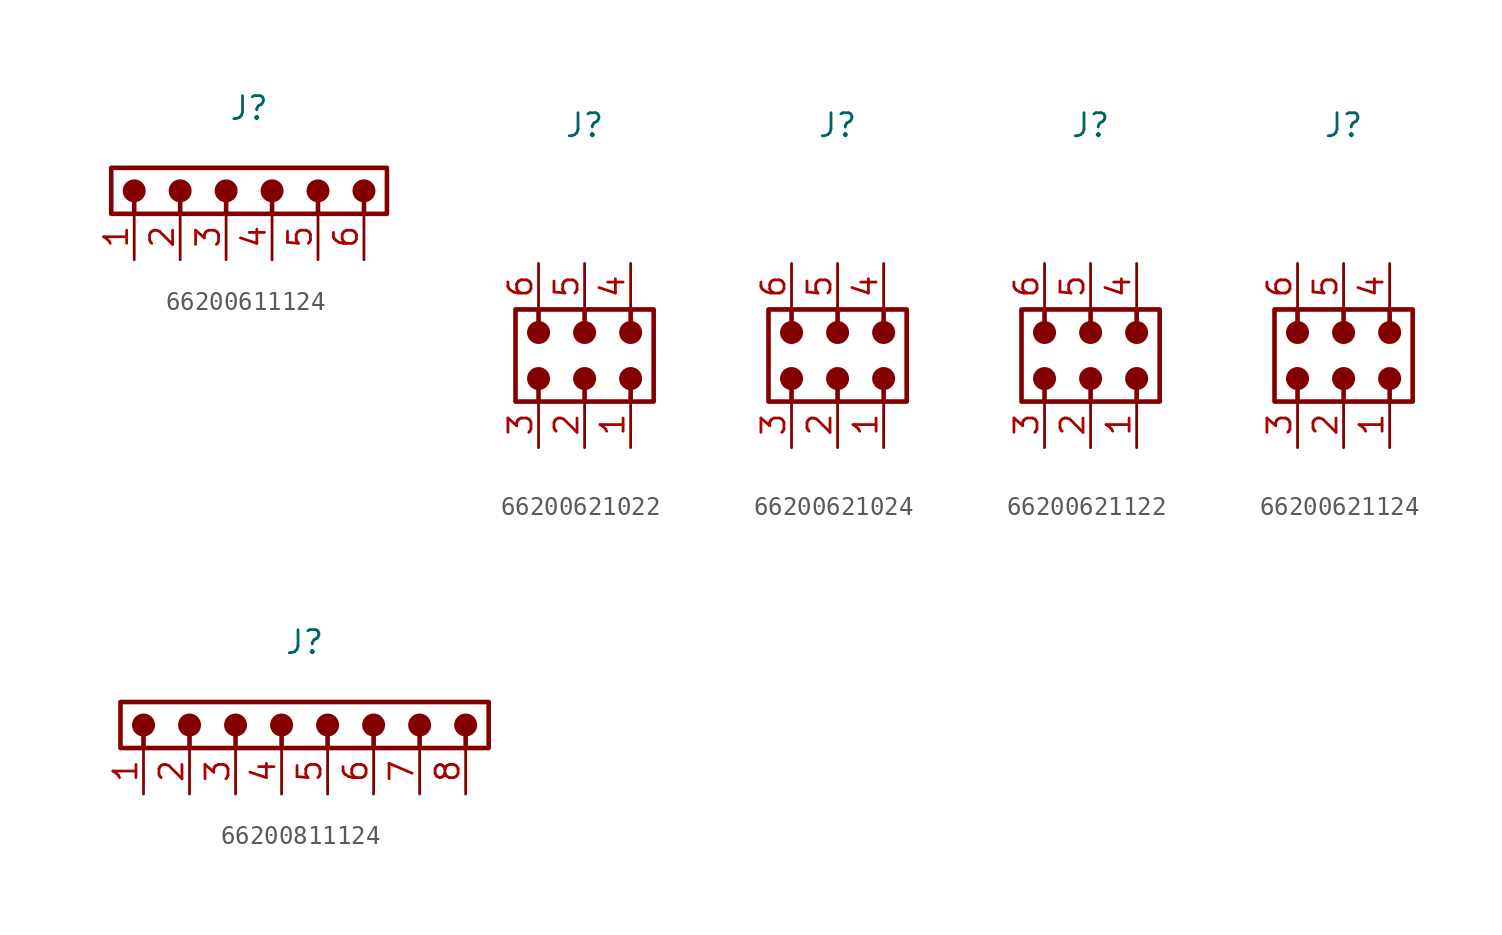
<source format=kicad_sym>
(kicad_symbol_lib
  (version 20241209)
  (generator "kicad_symbol_editor")
  (generator_version "9.0")
  (symbol "66200611124"
    (pin_names
      (hide yes))
    (property "Reference" "J"
      (at 0 4.572 0)
      (effects (font (size 1.27 1.27))))
    (symbol "66200611124_1_1"
      (rectangle (start -7.62 1.27) (end 7.62 -1.27) (stroke (width 0.254) (type solid)) (fill (type none)))
      (circle (center -6.35 0) (radius 0.508) (stroke (width 0.254) (type solid)) (fill (type outline)))
      (polyline (pts (xy -6.35 -0.508) (xy -6.35 -1.27)) (stroke (width 0.254) (type solid)) (fill (type none)))
      (circle (center -3.81 0) (radius 0.508) (stroke (width 0.254) (type solid)) (fill (type outline)))
      (polyline (pts (xy -3.81 -0.508) (xy -3.81 -1.27)) (stroke (width 0.254) (type solid)) (fill (type none)))
      (circle (center -1.27 0) (radius 0.508) (stroke (width 0.254) (type solid)) (fill (type outline)))
      (polyline (pts (xy -1.27 -0.508) (xy -1.27 -1.27)) (stroke (width 0.254) (type solid)) (fill (type none)))
      (circle (center 1.27 0) (radius 0.508) (stroke (width 0.254) (type solid)) (fill (type outline)))
      (polyline (pts (xy 1.27 -0.508) (xy 1.27 -1.27)) (stroke (width 0.254) (type solid)) (fill (type none)))
      (circle (center 3.81 0) (radius 0.508) (stroke (width 0.254) (type solid)) (fill (type outline)))
      (polyline (pts (xy 3.81 -0.508) (xy 3.81 -1.27)) (stroke (width 0.254) (type solid)) (fill (type none)))
      (circle (center 6.35 0) (radius 0.508) (stroke (width 0.254) (type solid)) (fill (type outline)))
      (polyline (pts (xy 6.35 -0.508) (xy 6.35 -1.27)) (stroke (width 0.254) (type solid)) (fill (type none)))
      (pin passive line (at -6.35 -3.81 90) (length 2.54) (name "1" (effects (font (size 1.27 1.27)))) (number "1" (effects (font (size 1.27 1.27)))))
      (pin passive line (at -3.81 -3.81 90) (length 2.54) (name "2" (effects (font (size 1.27 1.27)))) (number "2" (effects (font (size 1.27 1.27)))))
      (pin passive line (at -1.27 -3.81 90) (length 2.54) (name "3" (effects (font (size 1.27 1.27)))) (number "3" (effects (font (size 1.27 1.27)))))
      (pin passive line (at 1.27 -3.81 90) (length 2.54) (name "4" (effects (font (size 1.27 1.27)))) (number "4" (effects (font (size 1.27 1.27)))))
      (pin passive line (at 3.81 -3.81 90) (length 2.54) (name "5" (effects (font (size 1.27 1.27)))) (number "5" (effects (font (size 1.27 1.27)))))
      (pin passive line (at 6.35 -3.81 90) (length 2.54) (name "6" (effects (font (size 1.27 1.27)))) (number "6" (effects (font (size 1.27 1.27)))))))
  (symbol "66200621022"
    (pin_names
      (hide yes))
    (property "Reference" "J"
      (at 0 12.7 0)
      (effects (font (size 1.27 1.27))))
    (symbol "66200621022_1_1"
      (rectangle (start -3.81 2.54) (end 3.81 -2.54) (stroke (width 0.254) (type solid)) (fill (type none)))
      (polyline (pts (xy -2.54 1.778) (xy -2.54 2.54)) (stroke (width 0.254) (type solid)) (fill (type none)))
      (circle (center -2.54 1.27) (radius 0.508) (stroke (width 0.254) (type solid)) (fill (type outline)))
      (circle (center -2.54 -1.27) (radius 0.508) (stroke (width 0.254) (type solid)) (fill (type outline)))
      (polyline (pts (xy -2.54 -1.778) (xy -2.54 -2.54)) (stroke (width 0.254) (type solid)) (fill (type none)))
      (polyline (pts (xy 0 1.778) (xy 0 2.54)) (stroke (width 0.254) (type solid)) (fill (type none)))
      (circle (center 0 1.27) (radius 0.508) (stroke (width 0.254) (type solid)) (fill (type outline)))
      (circle (center 0 -1.27) (radius 0.508) (stroke (width 0.254) (type solid)) (fill (type outline)))
      (polyline (pts (xy 0 -1.778) (xy 0 -2.54)) (stroke (width 0.254) (type solid)) (fill (type none)))
      (polyline (pts (xy 2.54 1.778) (xy 2.54 2.54)) (stroke (width 0.254) (type solid)) (fill (type none)))
      (circle (center 2.54 1.27) (radius 0.508) (stroke (width 0.254) (type solid)) (fill (type outline)))
      (circle (center 2.54 -1.27) (radius 0.508) (stroke (width 0.254) (type solid)) (fill (type outline)))
      (polyline (pts (xy 2.54 -1.778) (xy 2.54 -2.54)) (stroke (width 0.254) (type solid)) (fill (type none)))
      (pin passive line (at -2.54 5.08 270) (length 2.54) (name "6" (effects (font (size 1.27 1.27)))) (number "6" (effects (font (size 1.27 1.27)))))
      (pin passive line (at -2.54 -5.08 90) (length 2.54) (name "3" (effects (font (size 1.27 1.27)))) (number "3" (effects (font (size 1.27 1.27)))))
      (pin passive line (at 0 5.08 270) (length 2.54) (name "5" (effects (font (size 1.27 1.27)))) (number "5" (effects (font (size 1.27 1.27)))))
      (pin passive line (at 0 -5.08 90) (length 2.54) (name "2" (effects (font (size 1.27 1.27)))) (number "2" (effects (font (size 1.27 1.27)))))
      (pin passive line (at 2.54 5.08 270) (length 2.54) (name "4" (effects (font (size 1.27 1.27)))) (number "4" (effects (font (size 1.27 1.27)))))
      (pin passive line (at 2.54 -5.08 90) (length 2.54) (name "1" (effects (font (size 1.27 1.27)))) (number "1" (effects (font (size 1.27 1.27)))))))
  (symbol "66200621024"
    (pin_names
      (hide yes))
    (property "Reference" "J"
      (at 0 12.7 0)
      (effects (font (size 1.27 1.27))))
    (symbol "66200621024_1_1"
      (rectangle (start -3.81 2.54) (end 3.81 -2.54) (stroke (width 0.254) (type solid)) (fill (type none)))
      (polyline (pts (xy -2.54 1.778) (xy -2.54 2.54)) (stroke (width 0.254) (type solid)) (fill (type none)))
      (circle (center -2.54 1.27) (radius 0.508) (stroke (width 0.254) (type solid)) (fill (type outline)))
      (circle (center -2.54 -1.27) (radius 0.508) (stroke (width 0.254) (type solid)) (fill (type outline)))
      (polyline (pts (xy -2.54 -1.778) (xy -2.54 -2.54)) (stroke (width 0.254) (type solid)) (fill (type none)))
      (polyline (pts (xy 0 1.778) (xy 0 2.54)) (stroke (width 0.254) (type solid)) (fill (type none)))
      (circle (center 0 1.27) (radius 0.508) (stroke (width 0.254) (type solid)) (fill (type outline)))
      (circle (center 0 -1.27) (radius 0.508) (stroke (width 0.254) (type solid)) (fill (type outline)))
      (polyline (pts (xy 0 -1.778) (xy 0 -2.54)) (stroke (width 0.254) (type solid)) (fill (type none)))
      (polyline (pts (xy 2.54 1.778) (xy 2.54 2.54)) (stroke (width 0.254) (type solid)) (fill (type none)))
      (circle (center 2.54 1.27) (radius 0.508) (stroke (width 0.254) (type solid)) (fill (type outline)))
      (circle (center 2.54 -1.27) (radius 0.508) (stroke (width 0.254) (type solid)) (fill (type outline)))
      (polyline (pts (xy 2.54 -1.778) (xy 2.54 -2.54)) (stroke (width 0.254) (type solid)) (fill (type none)))
      (pin passive line (at -2.54 5.08 270) (length 2.54) (name "6" (effects (font (size 1.27 1.27)))) (number "6" (effects (font (size 1.27 1.27)))))
      (pin passive line (at -2.54 -5.08 90) (length 2.54) (name "3" (effects (font (size 1.27 1.27)))) (number "3" (effects (font (size 1.27 1.27)))))
      (pin passive line (at 0 5.08 270) (length 2.54) (name "5" (effects (font (size 1.27 1.27)))) (number "5" (effects (font (size 1.27 1.27)))))
      (pin passive line (at 0 -5.08 90) (length 2.54) (name "2" (effects (font (size 1.27 1.27)))) (number "2" (effects (font (size 1.27 1.27)))))
      (pin passive line (at 2.54 5.08 270) (length 2.54) (name "4" (effects (font (size 1.27 1.27)))) (number "4" (effects (font (size 1.27 1.27)))))
      (pin passive line (at 2.54 -5.08 90) (length 2.54) (name "1" (effects (font (size 1.27 1.27)))) (number "1" (effects (font (size 1.27 1.27)))))))
  (symbol "66200621122"
    (pin_names
      (hide yes))
    (property "Reference" "J"
      (at 0 12.7 0)
      (effects (font (size 1.27 1.27))))
    (symbol "66200621122_1_1"
      (rectangle (start -3.81 2.54) (end 3.81 -2.54) (stroke (width 0.254) (type solid)) (fill (type none)))
      (polyline (pts (xy -2.54 1.778) (xy -2.54 2.54)) (stroke (width 0.254) (type solid)) (fill (type none)))
      (circle (center -2.54 1.27) (radius 0.508) (stroke (width 0.254) (type solid)) (fill (type outline)))
      (circle (center -2.54 -1.27) (radius 0.508) (stroke (width 0.254) (type solid)) (fill (type outline)))
      (polyline (pts (xy -2.54 -1.778) (xy -2.54 -2.54)) (stroke (width 0.254) (type solid)) (fill (type none)))
      (polyline (pts (xy 0 1.778) (xy 0 2.54)) (stroke (width 0.254) (type solid)) (fill (type none)))
      (circle (center 0 1.27) (radius 0.508) (stroke (width 0.254) (type solid)) (fill (type outline)))
      (circle (center 0 -1.27) (radius 0.508) (stroke (width 0.254) (type solid)) (fill (type outline)))
      (polyline (pts (xy 0 -1.778) (xy 0 -2.54)) (stroke (width 0.254) (type solid)) (fill (type none)))
      (polyline (pts (xy 2.54 1.778) (xy 2.54 2.54)) (stroke (width 0.254) (type solid)) (fill (type none)))
      (circle (center 2.54 1.27) (radius 0.508) (stroke (width 0.254) (type solid)) (fill (type outline)))
      (circle (center 2.54 -1.27) (radius 0.508) (stroke (width 0.254) (type solid)) (fill (type outline)))
      (polyline (pts (xy 2.54 -1.778) (xy 2.54 -2.54)) (stroke (width 0.254) (type solid)) (fill (type none)))
      (pin passive line (at -2.54 5.08 270) (length 2.54) (name "6" (effects (font (size 1.27 1.27)))) (number "6" (effects (font (size 1.27 1.27)))))
      (pin passive line (at -2.54 -5.08 90) (length 2.54) (name "3" (effects (font (size 1.27 1.27)))) (number "3" (effects (font (size 1.27 1.27)))))
      (pin passive line (at 0 5.08 270) (length 2.54) (name "5" (effects (font (size 1.27 1.27)))) (number "5" (effects (font (size 1.27 1.27)))))
      (pin passive line (at 0 -5.08 90) (length 2.54) (name "2" (effects (font (size 1.27 1.27)))) (number "2" (effects (font (size 1.27 1.27)))))
      (pin passive line (at 2.54 5.08 270) (length 2.54) (name "4" (effects (font (size 1.27 1.27)))) (number "4" (effects (font (size 1.27 1.27)))))
      (pin passive line (at 2.54 -5.08 90) (length 2.54) (name "1" (effects (font (size 1.27 1.27)))) (number "1" (effects (font (size 1.27 1.27)))))))
  (symbol "66200621124"
    (pin_names
      (hide yes))
    (property "Reference" "J"
      (at 0 12.7 0)
      (effects (font (size 1.27 1.27))))
    (symbol "66200621124_1_1"
      (rectangle (start -3.81 2.54) (end 3.81 -2.54) (stroke (width 0.254) (type solid)) (fill (type none)))
      (polyline (pts (xy -2.54 1.778) (xy -2.54 2.54)) (stroke (width 0.254) (type solid)) (fill (type none)))
      (circle (center -2.54 1.27) (radius 0.508) (stroke (width 0.254) (type solid)) (fill (type outline)))
      (circle (center -2.54 -1.27) (radius 0.508) (stroke (width 0.254) (type solid)) (fill (type outline)))
      (polyline (pts (xy -2.54 -1.778) (xy -2.54 -2.54)) (stroke (width 0.254) (type solid)) (fill (type none)))
      (polyline (pts (xy 0 1.778) (xy 0 2.54)) (stroke (width 0.254) (type solid)) (fill (type none)))
      (circle (center 0 1.27) (radius 0.508) (stroke (width 0.254) (type solid)) (fill (type outline)))
      (circle (center 0 -1.27) (radius 0.508) (stroke (width 0.254) (type solid)) (fill (type outline)))
      (polyline (pts (xy 0 -1.778) (xy 0 -2.54)) (stroke (width 0.254) (type solid)) (fill (type none)))
      (polyline (pts (xy 2.54 1.778) (xy 2.54 2.54)) (stroke (width 0.254) (type solid)) (fill (type none)))
      (circle (center 2.54 1.27) (radius 0.508) (stroke (width 0.254) (type solid)) (fill (type outline)))
      (circle (center 2.54 -1.27) (radius 0.508) (stroke (width 0.254) (type solid)) (fill (type outline)))
      (polyline (pts (xy 2.54 -1.778) (xy 2.54 -2.54)) (stroke (width 0.254) (type solid)) (fill (type none)))
      (pin passive line (at -2.54 5.08 270) (length 2.54) (name "6" (effects (font (size 1.27 1.27)))) (number "6" (effects (font (size 1.27 1.27)))))
      (pin passive line (at -2.54 -5.08 90) (length 2.54) (name "3" (effects (font (size 1.27 1.27)))) (number "3" (effects (font (size 1.27 1.27)))))
      (pin passive line (at 0 5.08 270) (length 2.54) (name "5" (effects (font (size 1.27 1.27)))) (number "5" (effects (font (size 1.27 1.27)))))
      (pin passive line (at 0 -5.08 90) (length 2.54) (name "2" (effects (font (size 1.27 1.27)))) (number "2" (effects (font (size 1.27 1.27)))))
      (pin passive line (at 2.54 5.08 270) (length 2.54) (name "4" (effects (font (size 1.27 1.27)))) (number "4" (effects (font (size 1.27 1.27)))))
      (pin passive line (at 2.54 -5.08 90) (length 2.54) (name "1" (effects (font (size 1.27 1.27)))) (number "1" (effects (font (size 1.27 1.27)))))))
  (symbol "66200811124"
    (pin_names
      (hide yes))
    (property "Reference" "J"
      (at 0 4.572 0)
      (effects (font (size 1.27 1.27))))
    (symbol "66200811124_1_1"
      (rectangle (start -10.16 1.27) (end 10.16 -1.27) (stroke (width 0.254) (type solid)) (fill (type none)))
      (circle (center -8.89 0) (radius 0.508) (stroke (width 0.254) (type solid)) (fill (type outline)))
      (polyline (pts (xy -8.89 -0.508) (xy -8.89 -1.27)) (stroke (width 0.254) (type solid)) (fill (type none)))
      (circle (center -6.35 0) (radius 0.508) (stroke (width 0.254) (type solid)) (fill (type outline)))
      (polyline (pts (xy -6.35 -0.508) (xy -6.35 -1.27)) (stroke (width 0.254) (type solid)) (fill (type none)))
      (circle (center -3.81 0) (radius 0.508) (stroke (width 0.254) (type solid)) (fill (type outline)))
      (polyline (pts (xy -3.81 -0.508) (xy -3.81 -1.27)) (stroke (width 0.254) (type solid)) (fill (type none)))
      (circle (center -1.27 0) (radius 0.508) (stroke (width 0.254) (type solid)) (fill (type outline)))
      (polyline (pts (xy -1.27 -0.508) (xy -1.27 -1.27)) (stroke (width 0.254) (type solid)) (fill (type none)))
      (circle (center 1.27 0) (radius 0.508) (stroke (width 0.254) (type solid)) (fill (type outline)))
      (polyline (pts (xy 1.27 -0.508) (xy 1.27 -1.27)) (stroke (width 0.254) (type solid)) (fill (type none)))
      (circle (center 3.81 0) (radius 0.508) (stroke (width 0.254) (type solid)) (fill (type outline)))
      (polyline (pts (xy 3.81 -0.508) (xy 3.81 -1.27)) (stroke (width 0.254) (type solid)) (fill (type none)))
      (circle (center 6.35 0) (radius 0.508) (stroke (width 0.254) (type solid)) (fill (type outline)))
      (polyline (pts (xy 6.35 -0.508) (xy 6.35 -1.27)) (stroke (width 0.254) (type solid)) (fill (type none)))
      (circle (center 8.89 0) (radius 0.508) (stroke (width 0.254) (type solid)) (fill (type outline)))
      (polyline (pts (xy 8.89 -0.508) (xy 8.89 -1.27)) (stroke (width 0.254) (type solid)) (fill (type none)))
      (pin passive line (at -8.89 -3.81 90) (length 2.54) (name "1" (effects (font (size 1.27 1.27)))) (number "1" (effects (font (size 1.27 1.27)))))
      (pin passive line (at -6.35 -3.81 90) (length 2.54) (name "2" (effects (font (size 1.27 1.27)))) (number "2" (effects (font (size 1.27 1.27)))))
      (pin passive line (at -3.81 -3.81 90) (length 2.54) (name "3" (effects (font (size 1.27 1.27)))) (number "3" (effects (font (size 1.27 1.27)))))
      (pin passive line (at -1.27 -3.81 90) (length 2.54) (name "4" (effects (font (size 1.27 1.27)))) (number "4" (effects (font (size 1.27 1.27)))))
      (pin passive line (at 1.27 -3.81 90) (length 2.54) (name "5" (effects (font (size 1.27 1.27)))) (number "5" (effects (font (size 1.27 1.27)))))
      (pin passive line (at 3.81 -3.81 90) (length 2.54) (name "6" (effects (font (size 1.27 1.27)))) (number "6" (effects (font (size 1.27 1.27)))))
      (pin passive line (at 6.35 -3.81 90) (length 2.54) (name "7" (effects (font (size 1.27 1.27)))) (number "7" (effects (font (size 1.27 1.27)))))
      (pin passive line (at 8.89 -3.81 90) (length 2.54) (name "8" (effects (font (size 1.27 1.27)))) (number "8" (effects (font (size 1.27 1.27))))))))
</source>
